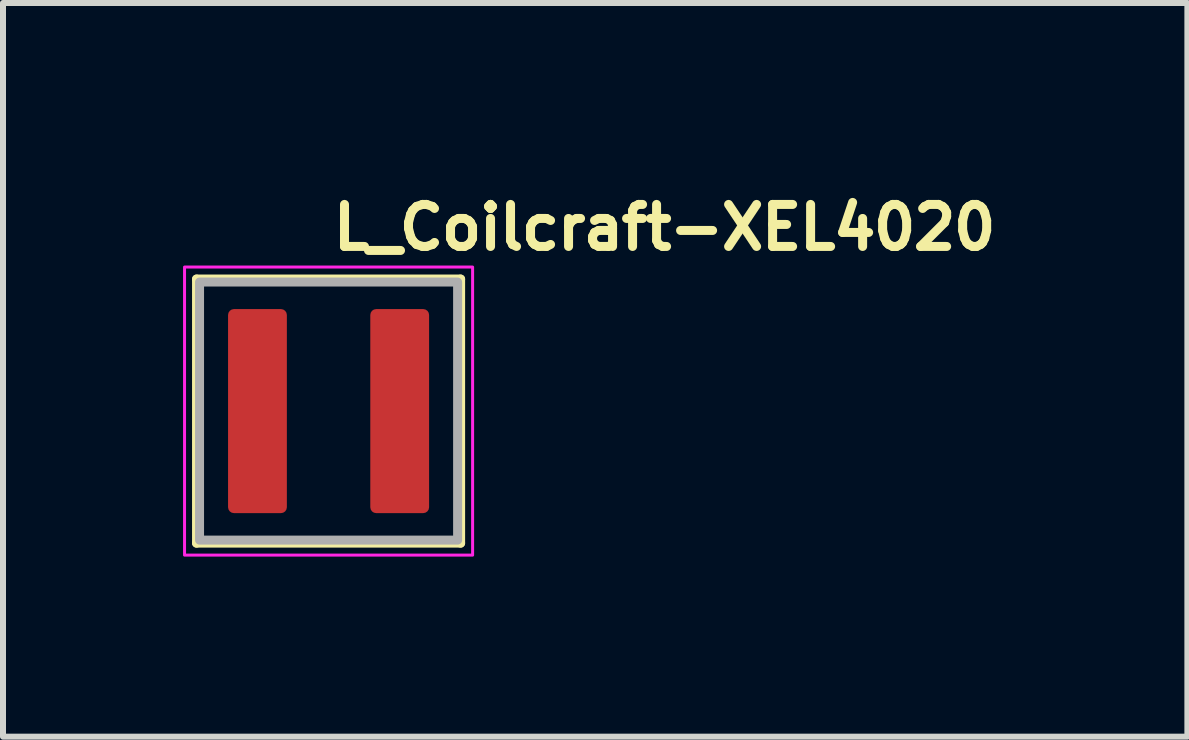
<source format=kicad_pcb>
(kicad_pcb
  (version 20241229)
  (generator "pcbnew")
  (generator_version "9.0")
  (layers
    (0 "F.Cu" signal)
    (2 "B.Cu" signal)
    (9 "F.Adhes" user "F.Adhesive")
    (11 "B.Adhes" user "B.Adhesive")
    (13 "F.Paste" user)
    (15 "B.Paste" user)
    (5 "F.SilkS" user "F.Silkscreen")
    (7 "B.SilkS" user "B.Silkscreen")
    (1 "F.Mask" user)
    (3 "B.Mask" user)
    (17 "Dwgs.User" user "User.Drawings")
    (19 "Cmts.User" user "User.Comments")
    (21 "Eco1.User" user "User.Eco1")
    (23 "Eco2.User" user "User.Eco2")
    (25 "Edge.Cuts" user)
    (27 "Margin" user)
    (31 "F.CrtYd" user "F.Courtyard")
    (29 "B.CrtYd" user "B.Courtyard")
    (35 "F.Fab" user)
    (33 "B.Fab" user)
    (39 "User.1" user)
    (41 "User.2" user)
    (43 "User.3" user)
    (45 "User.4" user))
  (footprint "L_Coilcraft-XEL4020"
    (layer "F.Cu")
    (at 2.425 3.8)
    (property "Reference" "L_Coilcraft-XEL4020" (at 0 -2.65 0) (layer "F.SilkS") (effects (font (size 0.7 0.7) (thickness 0.15)) (justify left bottom)))
    (attr smd)
    (fp_line (start -2.2 -2.2) (end 2.2 -2.2) (stroke (width 0.15) (type solid)) (layer "F.SilkS"))
    (fp_line (start -2.2 2.2) (end -2.2 -2.2) (stroke (width 0.15) (type solid)) (layer "F.SilkS"))
    (fp_line (start -2.2 2.2) (end 2.2 2.2) (stroke (width 0.15) (type solid)) (layer "F.SilkS"))
    (fp_line (start 2.2 2.2) (end 2.2 -2.2) (stroke (width 0.15) (type solid)) (layer "F.SilkS"))
    (fp_rect (start -2.4 -2.4) (end 2.4 2.4) (stroke (width 0.05) (type solid)) (fill no) (layer "F.CrtYd"))
    (fp_rect (start -2.15 -2.15) (end 2.15 2.15) (stroke (width 0.15) (type solid)) (fill no) (layer "F.Fab"))
    (fp_rect (start -2.15 -2.15) (end 2.15 2.15) (stroke (width 0.15) (type solid)) (fill no) (layer "User.5"))
    (fp_line (start -2.15 -2.15) (end -2.15 2.148) (stroke (width 0.02) (type solid)) (layer "User.9"))
    (fp_line (start -2.15 2.148) (end 2.148 2.148) (stroke (width 0.02) (type solid)) (layer "User.9"))
    (fp_line (start -1.903 -1.873) (end -1.657 -1.873) (stroke (width 0.02) (type solid)) (layer "User.9"))
    (fp_line (start -1.903 1.87) (end -1.903 -1.873) (stroke (width 0.02) (type solid)) (layer "User.9"))
    (fp_line (start -1.657 -1.873) (end -1.657 1.87) (stroke (width 0.02) (type solid)) (layer "User.9"))
    (fp_line (start -1.657 1.87) (end -1.903 1.87) (stroke (width 0.02) (type solid)) (layer "User.9"))
    (fp_line (start 2.148 -2.15) (end -2.15 -2.15) (stroke (width 0.02) (type solid)) (layer "User.9"))
    (fp_line (start 2.148 2.148) (end 2.148 -2.15) (stroke (width 0.02) (type solid)) (layer "User.9"))
    (pad "1" smd roundrect (at -1.185 0) (size 0.98 3.4) (layers "F.Cu" "F.Mask" "F.Paste") (roundrect_rratio 0.1))
    (pad "2" smd roundrect (at 1.185 0) (size 0.98 3.4) (layers "F.Cu" "F.Mask" "F.Paste") (roundrect_rratio 0.1)))
  (gr_rect
    (start -3 -3)
    (end 16.735 9.225)
    (stroke (width 0.1) (type default))
    (fill no)
    (layer "Edge.Cuts")))
</source>
